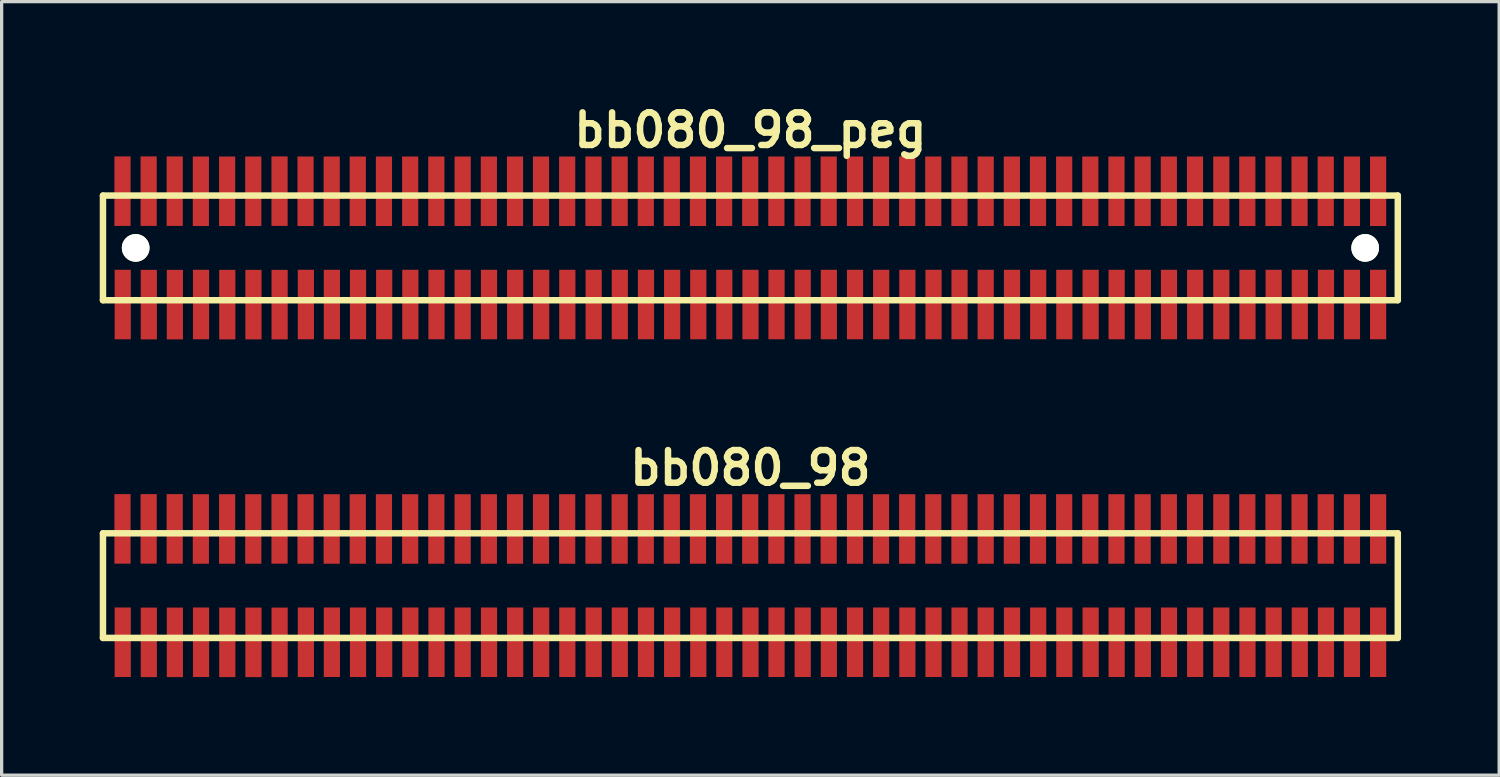
<source format=kicad_pcb>
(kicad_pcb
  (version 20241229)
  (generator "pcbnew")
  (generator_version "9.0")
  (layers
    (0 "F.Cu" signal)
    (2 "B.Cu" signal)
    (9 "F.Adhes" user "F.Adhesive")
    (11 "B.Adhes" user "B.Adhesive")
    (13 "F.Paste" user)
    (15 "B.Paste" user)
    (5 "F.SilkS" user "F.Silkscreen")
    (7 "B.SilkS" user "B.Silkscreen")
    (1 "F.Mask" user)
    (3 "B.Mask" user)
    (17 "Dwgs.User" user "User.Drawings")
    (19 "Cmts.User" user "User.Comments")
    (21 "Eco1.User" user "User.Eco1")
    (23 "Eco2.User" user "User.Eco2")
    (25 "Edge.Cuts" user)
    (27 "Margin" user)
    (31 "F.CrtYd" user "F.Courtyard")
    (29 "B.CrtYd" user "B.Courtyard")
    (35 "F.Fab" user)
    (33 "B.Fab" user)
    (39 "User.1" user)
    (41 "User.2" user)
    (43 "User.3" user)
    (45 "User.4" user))
  (footprint "bb080_98"
    (layer "F.Cu")
    (at 19.898 14.859)
    (property "Reference" "bb080_98" (at 0 -3.599 0) (layer "F.SilkS") (effects (font (size 0.998 0.998) (thickness 0.198))))
    (attr through_hole)
    (fp_line (start -19.799 -1.6) (end -19.799 1.6) (stroke (width 0.198) (type solid)) (layer "F.SilkS"))
    (fp_line (start -19.799 1.6) (end 19.799 1.6) (stroke (width 0.198) (type solid)) (layer "F.SilkS"))
    (fp_line (start 19.799 -1.6) (end -19.799 -1.6) (stroke (width 0.198) (type solid)) (layer "F.SilkS"))
    (fp_line (start 19.799 1.6) (end 19.799 -1.6) (stroke (width 0.198) (type solid)) (layer "F.SilkS"))
    (pad "1" smd rect (at -19.195 1.732) (size 0.495 2.126) (layers "F.Cu" "F.Mask" "F.Paste"))
    (pad "2" smd rect (at -19.202 -1.735) (size 0.495 2.126) (layers "F.Cu" "F.Mask" "F.Paste"))
    (pad "3" smd rect (at -18.397 1.735) (size 0.495 2.126) (layers "F.Cu" "F.Mask" "F.Paste"))
    (pad "4" smd rect (at -18.402 -1.735) (size 0.495 2.126) (layers "F.Cu" "F.Mask" "F.Paste"))
    (pad "5" smd rect (at -17.6 1.735) (size 0.495 2.126) (layers "F.Cu" "F.Mask" "F.Paste"))
    (pad "6" smd rect (at -17.605 -1.735) (size 0.495 2.126) (layers "F.Cu" "F.Mask" "F.Paste"))
    (pad "7" smd rect (at -16.8 1.732) (size 0.495 2.126) (layers "F.Cu" "F.Mask" "F.Paste"))
    (pad "8" smd rect (at -16.805 -1.732) (size 0.495 2.126) (layers "F.Cu" "F.Mask" "F.Paste"))
    (pad "9" smd rect (at -15.997 1.735) (size 0.495 2.126) (layers "F.Cu" "F.Mask" "F.Paste"))
    (pad "10" smd rect (at -16.002 -1.732) (size 0.495 2.126) (layers "F.Cu" "F.Mask" "F.Paste"))
    (pad "11" smd rect (at -15.197 1.735) (size 0.495 2.126) (layers "F.Cu" "F.Mask" "F.Paste"))
    (pad "12" smd rect (at -15.202 -1.732) (size 0.495 2.126) (layers "F.Cu" "F.Mask" "F.Paste"))
    (pad "13" smd rect (at -14.397 1.735) (size 0.495 2.126) (layers "F.Cu" "F.Mask" "F.Paste"))
    (pad "14" smd rect (at -14.399 -1.735) (size 0.495 2.126) (layers "F.Cu" "F.Mask" "F.Paste"))
    (pad "15" smd rect (at -13.594 1.732) (size 0.495 2.126) (layers "F.Cu" "F.Mask" "F.Paste"))
    (pad "16" smd rect (at -13.604 -1.732) (size 0.495 2.126) (layers "F.Cu" "F.Mask" "F.Paste"))
    (pad "17" smd rect (at -12.799 1.732) (size 0.495 2.126) (layers "F.Cu" "F.Mask" "F.Paste"))
    (pad "18" smd rect (at -12.804 -1.732) (size 0.495 2.126) (layers "F.Cu" "F.Mask" "F.Paste"))
    (pad "19" smd rect (at -11.999 1.732) (size 0.495 2.126) (layers "F.Cu" "F.Mask" "F.Paste"))
    (pad "20" smd rect (at -12.007 -1.732) (size 0.495 2.126) (layers "F.Cu" "F.Mask" "F.Paste"))
    (pad "21" smd rect (at -11.199 1.732) (size 0.495 2.126) (layers "F.Cu" "F.Mask" "F.Paste"))
    (pad "22" smd rect (at -11.206 -1.732) (size 0.495 2.126) (layers "F.Cu" "F.Mask" "F.Paste"))
    (pad "23" smd rect (at -10.399 1.732) (size 0.495 2.126) (layers "F.Cu" "F.Mask" "F.Paste"))
    (pad "24" smd rect (at -10.404 -1.732) (size 0.495 2.126) (layers "F.Cu" "F.Mask" "F.Paste"))
    (pad "25" smd rect (at -9.599 1.732) (size 0.495 2.126) (layers "F.Cu" "F.Mask" "F.Paste"))
    (pad "26" smd rect (at -9.604 -1.732) (size 0.495 2.126) (layers "F.Cu" "F.Mask" "F.Paste"))
    (pad "27" smd rect (at -8.799 1.732) (size 0.495 2.126) (layers "F.Cu" "F.Mask" "F.Paste"))
    (pad "28" smd rect (at -8.799 -1.732) (size 0.495 2.126) (layers "F.Cu" "F.Mask" "F.Paste"))
    (pad "29" smd rect (at -7.993 1.732) (size 0.495 2.126) (layers "F.Cu" "F.Mask" "F.Paste"))
    (pad "30" smd rect (at -7.998 -1.732) (size 0.495 2.126) (layers "F.Cu" "F.Mask" "F.Paste"))
    (pad "31" smd rect (at -7.193 1.732) (size 0.495 2.126) (layers "F.Cu" "F.Mask" "F.Paste"))
    (pad "32" smd rect (at -7.198 -1.732) (size 0.495 2.126) (layers "F.Cu" "F.Mask" "F.Paste"))
    (pad "33" smd rect (at -6.398 1.732) (size 0.495 2.126) (layers "F.Cu" "F.Mask" "F.Paste"))
    (pad "34" smd rect (at -6.403 -1.732) (size 0.495 2.126) (layers "F.Cu" "F.Mask" "F.Paste"))
    (pad "35" smd rect (at -5.598 1.732) (size 0.495 2.126) (layers "F.Cu" "F.Mask" "F.Paste"))
    (pad "36" smd rect (at -5.603 -1.732) (size 0.495 2.126) (layers "F.Cu" "F.Mask" "F.Paste"))
    (pad "37" smd rect (at -4.793 1.732) (size 0.495 2.126) (layers "F.Cu" "F.Mask" "F.Paste"))
    (pad "38" smd rect (at -4.798 -1.732) (size 0.495 2.126) (layers "F.Cu" "F.Mask" "F.Paste"))
    (pad "39" smd rect (at -3.993 1.732) (size 0.495 2.126) (layers "F.Cu" "F.Mask" "F.Paste"))
    (pad "40" smd rect (at -3.998 -1.732) (size 0.495 2.126) (layers "F.Cu" "F.Mask" "F.Paste"))
    (pad "41" smd rect (at -3.193 1.732) (size 0.495 2.126) (layers "F.Cu" "F.Mask" "F.Paste"))
    (pad "42" smd rect (at -3.198 -1.732) (size 0.495 2.126) (layers "F.Cu" "F.Mask" "F.Paste"))
    (pad "43" smd rect (at -2.393 1.732) (size 0.495 2.126) (layers "F.Cu" "F.Mask" "F.Paste"))
    (pad "44" smd rect (at -2.403 -1.732) (size 0.495 2.126) (layers "F.Cu" "F.Mask" "F.Paste"))
    (pad "45" smd rect (at -1.593 1.732) (size 0.495 2.126) (layers "F.Cu" "F.Mask" "F.Paste"))
    (pad "46" smd rect (at -1.603 -1.732) (size 0.495 2.126) (layers "F.Cu" "F.Mask" "F.Paste"))
    (pad "47" smd rect (at -0.798 1.732) (size 0.495 2.126) (layers "F.Cu" "F.Mask" "F.Paste"))
    (pad "48" smd rect (at -0.803 -1.732) (size 0.495 2.126) (layers "F.Cu" "F.Mask" "F.Paste"))
    (pad "49" smd rect (at 0.003 1.732) (size 0.495 2.126) (layers "F.Cu" "F.Mask" "F.Paste"))
    (pad "50" smd rect (at -0.005 -1.732) (size 0.495 2.126) (layers "F.Cu" "F.Mask" "F.Paste"))
    (pad "51" smd rect (at 0.8 1.732) (size 0.495 2.126) (layers "F.Cu" "F.Mask" "F.Paste"))
    (pad "52" smd rect (at 0.795 -1.732) (size 0.495 2.126) (layers "F.Cu" "F.Mask" "F.Paste"))
    (pad "53" smd rect (at 1.6 1.732) (size 0.495 2.126) (layers "F.Cu" "F.Mask" "F.Paste"))
    (pad "54" smd rect (at 1.595 -1.732) (size 0.495 2.126) (layers "F.Cu" "F.Mask" "F.Paste"))
    (pad "55" smd rect (at 2.4 1.732) (size 0.495 2.126) (layers "F.Cu" "F.Mask" "F.Paste"))
    (pad "56" smd rect (at 2.395 -1.732) (size 0.495 2.126) (layers "F.Cu" "F.Mask" "F.Paste"))
    (pad "57" smd rect (at 3.2 1.732) (size 0.495 2.126) (layers "F.Cu" "F.Mask" "F.Paste"))
    (pad "58" smd rect (at 3.2 -1.732) (size 0.495 2.126) (layers "F.Cu" "F.Mask" "F.Paste"))
    (pad "59" smd rect (at 4 1.732) (size 0.495 2.126) (layers "F.Cu" "F.Mask" "F.Paste"))
    (pad "60" smd rect (at 3.995 -1.732) (size 0.495 2.126) (layers "F.Cu" "F.Mask" "F.Paste"))
    (pad "61" smd rect (at 4.801 1.732) (size 0.495 2.126) (layers "F.Cu" "F.Mask" "F.Paste"))
    (pad "62" smd rect (at 4.796 -1.732) (size 0.495 2.126) (layers "F.Cu" "F.Mask" "F.Paste"))
    (pad "63" smd rect (at 5.601 1.732) (size 0.495 2.126) (layers "F.Cu" "F.Mask" "F.Paste"))
    (pad "64" smd rect (at 5.593 -1.732) (size 0.495 2.126) (layers "F.Cu" "F.Mask" "F.Paste"))
    (pad "65" smd rect (at 6.396 1.732) (size 0.495 2.126) (layers "F.Cu" "F.Mask" "F.Paste"))
    (pad "66" smd rect (at 6.393 -1.732) (size 0.495 2.126) (layers "F.Cu" "F.Mask" "F.Paste"))
    (pad "67" smd rect (at 7.196 1.732) (size 0.495 2.126) (layers "F.Cu" "F.Mask" "F.Paste"))
    (pad "68" smd rect (at 7.196 -1.732) (size 0.495 2.126) (layers "F.Cu" "F.Mask" "F.Paste"))
    (pad "69" smd rect (at 8.001 1.732) (size 0.495 2.126) (layers "F.Cu" "F.Mask" "F.Paste"))
    (pad "70" smd rect (at 7.996 -1.732) (size 0.495 2.126) (layers "F.Cu" "F.Mask" "F.Paste"))
    (pad "71" smd rect (at 8.801 1.732) (size 0.495 2.126) (layers "F.Cu" "F.Mask" "F.Paste"))
    (pad "72" smd rect (at 8.796 -1.732) (size 0.495 2.126) (layers "F.Cu" "F.Mask" "F.Paste"))
    (pad "73" smd rect (at 9.601 1.732) (size 0.495 2.126) (layers "F.Cu" "F.Mask" "F.Paste"))
    (pad "74" smd rect (at 9.596 -1.732) (size 0.495 2.126) (layers "F.Cu" "F.Mask" "F.Paste"))
    (pad "75" smd rect (at 10.406 1.732) (size 0.495 2.126) (layers "F.Cu" "F.Mask" "F.Paste"))
    (pad "76" smd rect (at 10.396 -1.732) (size 0.495 2.126) (layers "F.Cu" "F.Mask" "F.Paste"))
    (pad "77" smd rect (at 11.201 1.732) (size 0.495 2.126) (layers "F.Cu" "F.Mask" "F.Paste"))
    (pad "78" smd rect (at 11.196 -1.732) (size 0.495 2.126) (layers "F.Cu" "F.Mask" "F.Paste"))
    (pad "79" smd rect (at 12.002 1.732) (size 0.495 2.126) (layers "F.Cu" "F.Mask" "F.Paste"))
    (pad "80" smd rect (at 11.996 -1.732) (size 0.495 2.126) (layers "F.Cu" "F.Mask" "F.Paste"))
    (pad "81" smd rect (at 12.802 1.732) (size 0.495 2.126) (layers "F.Cu" "F.Mask" "F.Paste"))
    (pad "82" smd rect (at 12.797 -1.732) (size 0.495 2.126) (layers "F.Cu" "F.Mask" "F.Paste"))
    (pad "83" smd rect (at 13.602 1.732) (size 0.495 2.126) (layers "F.Cu" "F.Mask" "F.Paste"))
    (pad "84" smd rect (at 13.597 -1.732) (size 0.495 2.126) (layers "F.Cu" "F.Mask" "F.Paste"))
    (pad "85" smd rect (at 14.402 1.732) (size 0.495 2.126) (layers "F.Cu" "F.Mask" "F.Paste"))
    (pad "86" smd rect (at 14.402 -1.732) (size 0.495 2.126) (layers "F.Cu" "F.Mask" "F.Paste"))
    (pad "87" smd rect (at 15.202 1.732) (size 0.495 2.126) (layers "F.Cu" "F.Mask" "F.Paste"))
    (pad "88" smd rect (at 15.197 -1.732) (size 0.495 2.126) (layers "F.Cu" "F.Mask" "F.Paste"))
    (pad "89" smd rect (at 16.002 1.732) (size 0.495 2.126) (layers "F.Cu" "F.Mask" "F.Paste"))
    (pad "90" smd rect (at 15.997 -1.732) (size 0.495 2.126) (layers "F.Cu" "F.Mask" "F.Paste"))
    (pad "91" smd rect (at 16.802 1.732) (size 0.495 2.126) (layers "F.Cu" "F.Mask" "F.Paste"))
    (pad "92" smd rect (at 16.794 -1.732) (size 0.495 2.126) (layers "F.Cu" "F.Mask" "F.Paste"))
    (pad "93" smd rect (at 17.602 1.732) (size 0.495 2.126) (layers "F.Cu" "F.Mask" "F.Paste"))
    (pad "94" smd rect (at 17.595 -1.732) (size 0.495 2.126) (layers "F.Cu" "F.Mask" "F.Paste"))
    (pad "95" smd rect (at 18.397 1.732) (size 0.495 2.126) (layers "F.Cu" "F.Mask" "F.Paste"))
    (pad "96" smd rect (at 18.397 -1.732) (size 0.495 2.126) (layers "F.Cu" "F.Mask" "F.Paste"))
    (pad "97" smd rect (at 19.197 1.732) (size 0.495 2.126) (layers "F.Cu" "F.Mask" "F.Paste"))
    (pad "98" smd rect (at 19.197 -1.732) (size 0.495 2.126) (layers "F.Cu" "F.Mask" "F.Paste")))
  (footprint "bb080_98_peg"
    (layer "F.Cu")
    (at 19.898 4.531)
    (property "Reference" "bb080_98_peg" (at 0 -3.599 0) (layer "F.SilkS") (effects (font (size 0.998 0.998) (thickness 0.198))))
    (attr through_hole)
    (fp_line (start -19.799 -1.6) (end -19.799 1.6) (stroke (width 0.198) (type solid)) (layer "F.SilkS"))
    (fp_line (start -19.799 1.6) (end 19.799 1.6) (stroke (width 0.198) (type solid)) (layer "F.SilkS"))
    (fp_line (start 19.799 -1.6) (end -19.799 -1.6) (stroke (width 0.198) (type solid)) (layer "F.SilkS"))
    (fp_line (start 19.799 1.6) (end 19.799 -1.6) (stroke (width 0.198) (type solid)) (layer "F.SilkS"))
    (pad "" np_thru_hole circle (at -18.799 0) (size 0.848 0.848) (drill 0.848) (layers "*.Cu" "*.Mask" "F.SilkS"))
    (pad "" np_thru_hole circle (at 18.801 0) (size 0.848 0.848) (drill 0.848) (layers "*.Cu" "*.Mask" "F.SilkS"))
    (pad "1" smd rect (at -19.195 1.732) (size 0.495 2.126) (layers "F.Cu" "F.Mask" "F.Paste"))
    (pad "2" smd rect (at -19.202 -1.735) (size 0.495 2.126) (layers "F.Cu" "F.Mask" "F.Paste"))
    (pad "3" smd rect (at -18.397 1.735) (size 0.495 2.126) (layers "F.Cu" "F.Mask" "F.Paste"))
    (pad "4" smd rect (at -18.402 -1.735) (size 0.495 2.126) (layers "F.Cu" "F.Mask" "F.Paste"))
    (pad "5" smd rect (at -17.6 1.735) (size 0.495 2.126) (layers "F.Cu" "F.Mask" "F.Paste"))
    (pad "6" smd rect (at -17.605 -1.735) (size 0.495 2.126) (layers "F.Cu" "F.Mask" "F.Paste"))
    (pad "7" smd rect (at -16.8 1.732) (size 0.495 2.126) (layers "F.Cu" "F.Mask" "F.Paste"))
    (pad "8" smd rect (at -16.805 -1.732) (size 0.495 2.126) (layers "F.Cu" "F.Mask" "F.Paste"))
    (pad "9" smd rect (at -15.997 1.735) (size 0.495 2.126) (layers "F.Cu" "F.Mask" "F.Paste"))
    (pad "10" smd rect (at -16.002 -1.732) (size 0.495 2.126) (layers "F.Cu" "F.Mask" "F.Paste"))
    (pad "11" smd rect (at -15.197 1.735) (size 0.495 2.126) (layers "F.Cu" "F.Mask" "F.Paste"))
    (pad "12" smd rect (at -15.202 -1.732) (size 0.495 2.126) (layers "F.Cu" "F.Mask" "F.Paste"))
    (pad "13" smd rect (at -14.397 1.735) (size 0.495 2.126) (layers "F.Cu" "F.Mask" "F.Paste"))
    (pad "14" smd rect (at -14.399 -1.735) (size 0.495 2.126) (layers "F.Cu" "F.Mask" "F.Paste"))
    (pad "15" smd rect (at -13.594 1.732) (size 0.495 2.126) (layers "F.Cu" "F.Mask" "F.Paste"))
    (pad "16" smd rect (at -13.604 -1.732) (size 0.495 2.126) (layers "F.Cu" "F.Mask" "F.Paste"))
    (pad "17" smd rect (at -12.799 1.732) (size 0.495 2.126) (layers "F.Cu" "F.Mask" "F.Paste"))
    (pad "18" smd rect (at -12.804 -1.732) (size 0.495 2.126) (layers "F.Cu" "F.Mask" "F.Paste"))
    (pad "19" smd rect (at -11.999 1.732) (size 0.495 2.126) (layers "F.Cu" "F.Mask" "F.Paste"))
    (pad "20" smd rect (at -12.007 -1.732) (size 0.495 2.126) (layers "F.Cu" "F.Mask" "F.Paste"))
    (pad "21" smd rect (at -11.199 1.732) (size 0.495 2.126) (layers "F.Cu" "F.Mask" "F.Paste"))
    (pad "22" smd rect (at -11.206 -1.732) (size 0.495 2.126) (layers "F.Cu" "F.Mask" "F.Paste"))
    (pad "23" smd rect (at -10.399 1.732) (size 0.495 2.126) (layers "F.Cu" "F.Mask" "F.Paste"))
    (pad "24" smd rect (at -10.404 -1.732) (size 0.495 2.126) (layers "F.Cu" "F.Mask" "F.Paste"))
    (pad "25" smd rect (at -9.599 1.732) (size 0.495 2.126) (layers "F.Cu" "F.Mask" "F.Paste"))
    (pad "26" smd rect (at -9.604 -1.732) (size 0.495 2.126) (layers "F.Cu" "F.Mask" "F.Paste"))
    (pad "27" smd rect (at -8.799 1.732) (size 0.495 2.126) (layers "F.Cu" "F.Mask" "F.Paste"))
    (pad "28" smd rect (at -8.799 -1.732) (size 0.495 2.126) (layers "F.Cu" "F.Mask" "F.Paste"))
    (pad "29" smd rect (at -7.993 1.732) (size 0.495 2.126) (layers "F.Cu" "F.Mask" "F.Paste"))
    (pad "30" smd rect (at -7.998 -1.732) (size 0.495 2.126) (layers "F.Cu" "F.Mask" "F.Paste"))
    (pad "31" smd rect (at -7.193 1.732) (size 0.495 2.126) (layers "F.Cu" "F.Mask" "F.Paste"))
    (pad "32" smd rect (at -7.198 -1.732) (size 0.495 2.126) (layers "F.Cu" "F.Mask" "F.Paste"))
    (pad "33" smd rect (at -6.398 1.732) (size 0.495 2.126) (layers "F.Cu" "F.Mask" "F.Paste"))
    (pad "34" smd rect (at -6.403 -1.732) (size 0.495 2.126) (layers "F.Cu" "F.Mask" "F.Paste"))
    (pad "35" smd rect (at -5.598 1.732) (size 0.495 2.126) (layers "F.Cu" "F.Mask" "F.Paste"))
    (pad "36" smd rect (at -5.603 -1.732) (size 0.495 2.126) (layers "F.Cu" "F.Mask" "F.Paste"))
    (pad "37" smd rect (at -4.793 1.732) (size 0.495 2.126) (layers "F.Cu" "F.Mask" "F.Paste"))
    (pad "38" smd rect (at -4.798 -1.732) (size 0.495 2.126) (layers "F.Cu" "F.Mask" "F.Paste"))
    (pad "39" smd rect (at -3.993 1.732) (size 0.495 2.126) (layers "F.Cu" "F.Mask" "F.Paste"))
    (pad "40" smd rect (at -3.998 -1.732) (size 0.495 2.126) (layers "F.Cu" "F.Mask" "F.Paste"))
    (pad "41" smd rect (at -3.193 1.732) (size 0.495 2.126) (layers "F.Cu" "F.Mask" "F.Paste"))
    (pad "42" smd rect (at -3.198 -1.732) (size 0.495 2.126) (layers "F.Cu" "F.Mask" "F.Paste"))
    (pad "43" smd rect (at -2.393 1.732) (size 0.495 2.126) (layers "F.Cu" "F.Mask" "F.Paste"))
    (pad "44" smd rect (at -2.403 -1.732) (size 0.495 2.126) (layers "F.Cu" "F.Mask" "F.Paste"))
    (pad "45" smd rect (at -1.593 1.732) (size 0.495 2.126) (layers "F.Cu" "F.Mask" "F.Paste"))
    (pad "46" smd rect (at -1.603 -1.732) (size 0.495 2.126) (layers "F.Cu" "F.Mask" "F.Paste"))
    (pad "47" smd rect (at -0.798 1.732) (size 0.495 2.126) (layers "F.Cu" "F.Mask" "F.Paste"))
    (pad "48" smd rect (at -0.803 -1.732) (size 0.495 2.126) (layers "F.Cu" "F.Mask" "F.Paste"))
    (pad "49" smd rect (at 0.003 1.732) (size 0.495 2.126) (layers "F.Cu" "F.Mask" "F.Paste"))
    (pad "50" smd rect (at -0.005 -1.732) (size 0.495 2.126) (layers "F.Cu" "F.Mask" "F.Paste"))
    (pad "51" smd rect (at 0.8 1.732) (size 0.495 2.126) (layers "F.Cu" "F.Mask" "F.Paste"))
    (pad "52" smd rect (at 0.795 -1.732) (size 0.495 2.126) (layers "F.Cu" "F.Mask" "F.Paste"))
    (pad "53" smd rect (at 1.6 1.732) (size 0.495 2.126) (layers "F.Cu" "F.Mask" "F.Paste"))
    (pad "54" smd rect (at 1.595 -1.732) (size 0.495 2.126) (layers "F.Cu" "F.Mask" "F.Paste"))
    (pad "55" smd rect (at 2.4 1.732) (size 0.495 2.126) (layers "F.Cu" "F.Mask" "F.Paste"))
    (pad "56" smd rect (at 2.395 -1.732) (size 0.495 2.126) (layers "F.Cu" "F.Mask" "F.Paste"))
    (pad "57" smd rect (at 3.2 1.732) (size 0.495 2.126) (layers "F.Cu" "F.Mask" "F.Paste"))
    (pad "58" smd rect (at 3.2 -1.732) (size 0.495 2.126) (layers "F.Cu" "F.Mask" "F.Paste"))
    (pad "59" smd rect (at 4 1.732) (size 0.495 2.126) (layers "F.Cu" "F.Mask" "F.Paste"))
    (pad "60" smd rect (at 3.995 -1.732) (size 0.495 2.126) (layers "F.Cu" "F.Mask" "F.Paste"))
    (pad "61" smd rect (at 4.801 1.732) (size 0.495 2.126) (layers "F.Cu" "F.Mask" "F.Paste"))
    (pad "62" smd rect (at 4.796 -1.732) (size 0.495 2.126) (layers "F.Cu" "F.Mask" "F.Paste"))
    (pad "63" smd rect (at 5.601 1.732) (size 0.495 2.126) (layers "F.Cu" "F.Mask" "F.Paste"))
    (pad "64" smd rect (at 5.593 -1.732) (size 0.495 2.126) (layers "F.Cu" "F.Mask" "F.Paste"))
    (pad "65" smd rect (at 6.396 1.732) (size 0.495 2.126) (layers "F.Cu" "F.Mask" "F.Paste"))
    (pad "66" smd rect (at 6.393 -1.732) (size 0.495 2.126) (layers "F.Cu" "F.Mask" "F.Paste"))
    (pad "67" smd rect (at 7.196 1.732) (size 0.495 2.126) (layers "F.Cu" "F.Mask" "F.Paste"))
    (pad "68" smd rect (at 7.196 -1.732) (size 0.495 2.126) (layers "F.Cu" "F.Mask" "F.Paste"))
    (pad "69" smd rect (at 8.001 1.732) (size 0.495 2.126) (layers "F.Cu" "F.Mask" "F.Paste"))
    (pad "70" smd rect (at 7.996 -1.732) (size 0.495 2.126) (layers "F.Cu" "F.Mask" "F.Paste"))
    (pad "71" smd rect (at 8.801 1.732) (size 0.495 2.126) (layers "F.Cu" "F.Mask" "F.Paste"))
    (pad "72" smd rect (at 8.796 -1.732) (size 0.495 2.126) (layers "F.Cu" "F.Mask" "F.Paste"))
    (pad "73" smd rect (at 9.601 1.732) (size 0.495 2.126) (layers "F.Cu" "F.Mask" "F.Paste"))
    (pad "74" smd rect (at 9.596 -1.732) (size 0.495 2.126) (layers "F.Cu" "F.Mask" "F.Paste"))
    (pad "75" smd rect (at 10.406 1.732) (size 0.495 2.126) (layers "F.Cu" "F.Mask" "F.Paste"))
    (pad "76" smd rect (at 10.396 -1.732) (size 0.495 2.126) (layers "F.Cu" "F.Mask" "F.Paste"))
    (pad "77" smd rect (at 11.201 1.732) (size 0.495 2.126) (layers "F.Cu" "F.Mask" "F.Paste"))
    (pad "78" smd rect (at 11.196 -1.732) (size 0.495 2.126) (layers "F.Cu" "F.Mask" "F.Paste"))
    (pad "79" smd rect (at 12.002 1.732) (size 0.495 2.126) (layers "F.Cu" "F.Mask" "F.Paste"))
    (pad "80" smd rect (at 11.996 -1.732) (size 0.495 2.126) (layers "F.Cu" "F.Mask" "F.Paste"))
    (pad "81" smd rect (at 12.802 1.732) (size 0.495 2.126) (layers "F.Cu" "F.Mask" "F.Paste"))
    (pad "82" smd rect (at 12.797 -1.732) (size 0.495 2.126) (layers "F.Cu" "F.Mask" "F.Paste"))
    (pad "83" smd rect (at 13.602 1.732) (size 0.495 2.126) (layers "F.Cu" "F.Mask" "F.Paste"))
    (pad "84" smd rect (at 13.597 -1.732) (size 0.495 2.126) (layers "F.Cu" "F.Mask" "F.Paste"))
    (pad "85" smd rect (at 14.402 1.732) (size 0.495 2.126) (layers "F.Cu" "F.Mask" "F.Paste"))
    (pad "86" smd rect (at 14.402 -1.732) (size 0.495 2.126) (layers "F.Cu" "F.Mask" "F.Paste"))
    (pad "87" smd rect (at 15.202 1.732) (size 0.495 2.126) (layers "F.Cu" "F.Mask" "F.Paste"))
    (pad "88" smd rect (at 15.197 -1.732) (size 0.495 2.126) (layers "F.Cu" "F.Mask" "F.Paste"))
    (pad "89" smd rect (at 16.002 1.732) (size 0.495 2.126) (layers "F.Cu" "F.Mask" "F.Paste"))
    (pad "90" smd rect (at 15.997 -1.732) (size 0.495 2.126) (layers "F.Cu" "F.Mask" "F.Paste"))
    (pad "91" smd rect (at 16.802 1.732) (size 0.495 2.126) (layers "F.Cu" "F.Mask" "F.Paste"))
    (pad "92" smd rect (at 16.794 -1.732) (size 0.495 2.126) (layers "F.Cu" "F.Mask" "F.Paste"))
    (pad "93" smd rect (at 17.602 1.732) (size 0.495 2.126) (layers "F.Cu" "F.Mask" "F.Paste"))
    (pad "94" smd rect (at 17.595 -1.732) (size 0.495 2.126) (layers "F.Cu" "F.Mask" "F.Paste"))
    (pad "95" smd rect (at 18.397 1.732) (size 0.495 2.126) (layers "F.Cu" "F.Mask" "F.Paste"))
    (pad "96" smd rect (at 18.397 -1.732) (size 0.495 2.126) (layers "F.Cu" "F.Mask" "F.Paste"))
    (pad "97" smd rect (at 19.197 1.732) (size 0.495 2.126) (layers "F.Cu" "F.Mask" "F.Paste"))
    (pad "98" smd rect (at 19.197 -1.732) (size 0.495 2.126) (layers "F.Cu" "F.Mask" "F.Paste")))
  (gr_rect
    (start -3 -3)
    (end 42.797 20.657)
    (stroke (width 0.1) (type default))
    (fill no)
    (layer "Edge.Cuts")))
</source>
